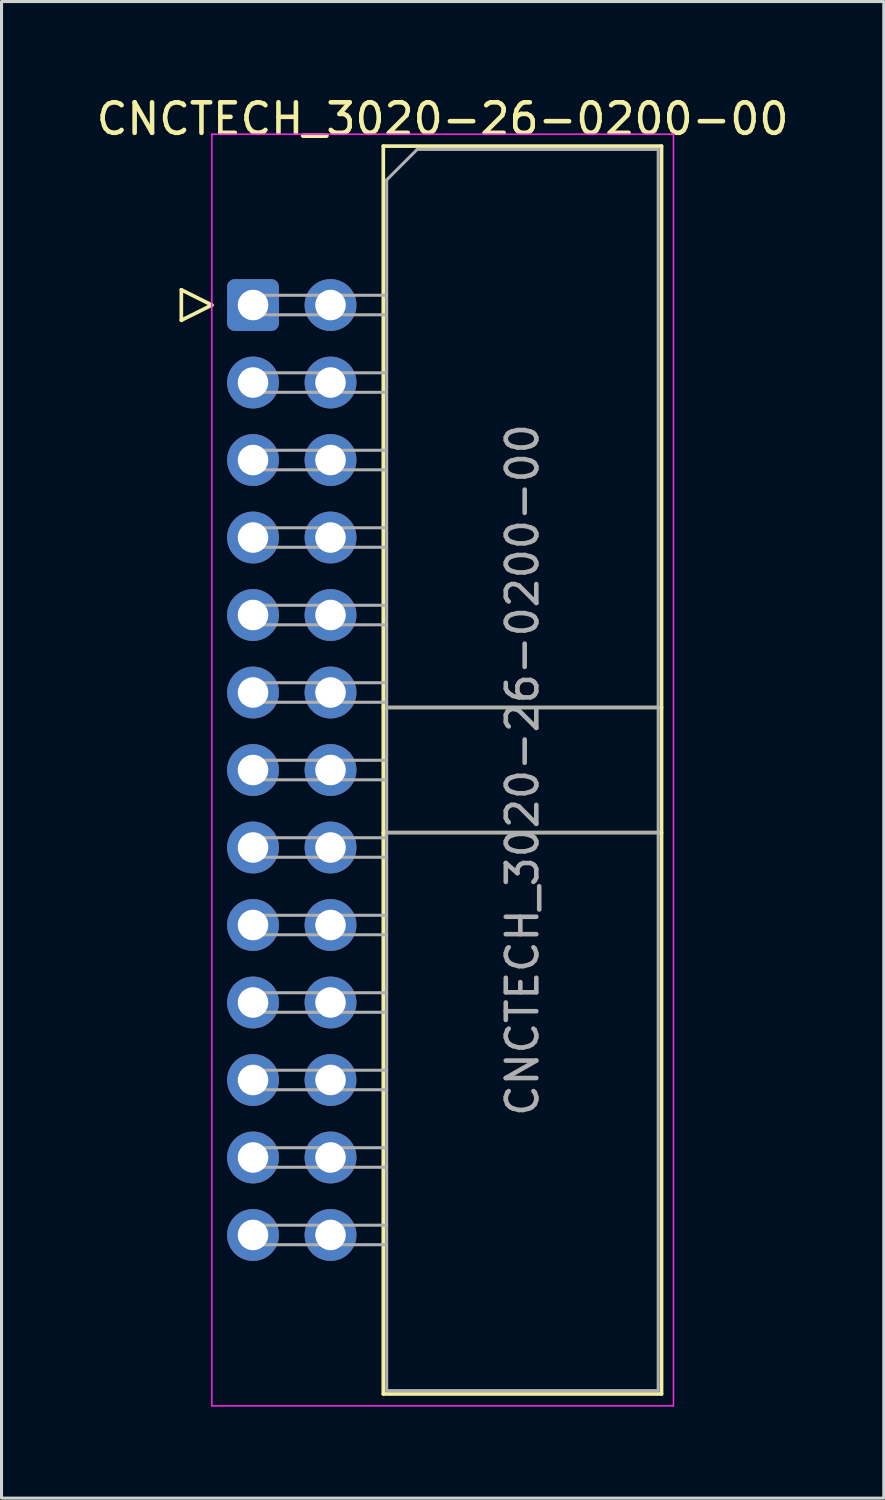
<source format=kicad_pcb>
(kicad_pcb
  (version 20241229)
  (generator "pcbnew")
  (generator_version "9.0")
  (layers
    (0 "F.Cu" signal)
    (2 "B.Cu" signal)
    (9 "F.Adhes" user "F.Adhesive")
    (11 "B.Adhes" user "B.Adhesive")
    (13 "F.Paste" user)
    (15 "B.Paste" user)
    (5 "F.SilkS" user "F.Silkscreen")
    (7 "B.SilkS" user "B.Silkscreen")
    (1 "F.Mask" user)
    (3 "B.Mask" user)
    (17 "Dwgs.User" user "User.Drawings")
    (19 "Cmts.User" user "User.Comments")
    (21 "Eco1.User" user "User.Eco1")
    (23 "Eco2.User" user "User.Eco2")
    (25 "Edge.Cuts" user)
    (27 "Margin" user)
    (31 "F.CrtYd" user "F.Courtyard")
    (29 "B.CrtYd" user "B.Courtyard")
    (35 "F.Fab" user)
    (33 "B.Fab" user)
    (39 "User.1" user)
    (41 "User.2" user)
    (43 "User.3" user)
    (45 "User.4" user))
  (footprint "CNCTECH_3020-26-0200-00"
    (layer "F.Cu")
    (at 5.243 6.948)
    (property "Reference" "CNCTECH_3020-26-0200-00" (at 6.215 -6.1 0) (layer "F.SilkS") (effects (font (size 1 1) (thickness 0.15))))
    (attr through_hole)
    (fp_line (start -2.35 -0.5) (end -2.35 0.5) (stroke (width 0.12) (type solid)) (layer "F.SilkS"))
    (fp_line (start -2.35 0.5) (end -1.35 0) (stroke (width 0.12) (type solid)) (layer "F.SilkS"))
    (fp_line (start -1.35 0) (end -2.35 -0.5) (stroke (width 0.12) (type solid)) (layer "F.SilkS"))
    (fp_line (start 4.27 -5.21) (end 13.39 -5.21) (stroke (width 0.12) (type solid)) (layer "F.SilkS"))
    (fp_line (start 4.27 13.19) (end 13.39 13.19) (stroke (width 0.12) (type solid)) (layer "F.SilkS"))
    (fp_line (start 4.27 17.29) (end 13.39 17.29) (stroke (width 0.12) (type solid)) (layer "F.SilkS"))
    (fp_line (start 4.27 35.69) (end 4.27 -5.21) (stroke (width 0.12) (type solid)) (layer "F.SilkS"))
    (fp_line (start 13.39 -5.21) (end 13.39 35.69) (stroke (width 0.12) (type solid)) (layer "F.SilkS"))
    (fp_line (start 13.39 35.69) (end 4.27 35.69) (stroke (width 0.12) (type solid)) (layer "F.SilkS"))
    (fp_line (start -1.35 -5.6) (end -1.35 36.08) (stroke (width 0.05) (type solid)) (layer "F.CrtYd"))
    (fp_line (start -1.35 36.08) (end 13.78 36.08) (stroke (width 0.05) (type solid)) (layer "F.CrtYd"))
    (fp_line (start 13.78 -5.6) (end -1.35 -5.6) (stroke (width 0.05) (type solid)) (layer "F.CrtYd"))
    (fp_line (start 13.78 36.08) (end 13.78 -5.6) (stroke (width 0.05) (type solid)) (layer "F.CrtYd"))
    (fp_line (start -0.32 -0.32) (end -0.32 0.32) (stroke (width 0.1) (type solid)) (layer "F.Fab"))
    (fp_line (start -0.32 0.32) (end 4.38 0.32) (stroke (width 0.1) (type solid)) (layer "F.Fab"))
    (fp_line (start -0.32 2.22) (end -0.32 2.86) (stroke (width 0.1) (type solid)) (layer "F.Fab"))
    (fp_line (start -0.32 2.86) (end 4.38 2.86) (stroke (width 0.1) (type solid)) (layer "F.Fab"))
    (fp_line (start -0.32 4.76) (end -0.32 5.4) (stroke (width 0.1) (type solid)) (layer "F.Fab"))
    (fp_line (start -0.32 5.4) (end 4.38 5.4) (stroke (width 0.1) (type solid)) (layer "F.Fab"))
    (fp_line (start -0.32 7.3) (end -0.32 7.94) (stroke (width 0.1) (type solid)) (layer "F.Fab"))
    (fp_line (start -0.32 7.94) (end 4.38 7.94) (stroke (width 0.1) (type solid)) (layer "F.Fab"))
    (fp_line (start -0.32 9.84) (end -0.32 10.48) (stroke (width 0.1) (type solid)) (layer "F.Fab"))
    (fp_line (start -0.32 10.48) (end 4.38 10.48) (stroke (width 0.1) (type solid)) (layer "F.Fab"))
    (fp_line (start -0.32 12.38) (end -0.32 13.02) (stroke (width 0.1) (type solid)) (layer "F.Fab"))
    (fp_line (start -0.32 13.02) (end 4.38 13.02) (stroke (width 0.1) (type solid)) (layer "F.Fab"))
    (fp_line (start -0.32 14.92) (end -0.32 15.56) (stroke (width 0.1) (type solid)) (layer "F.Fab"))
    (fp_line (start -0.32 15.56) (end 4.38 15.56) (stroke (width 0.1) (type solid)) (layer "F.Fab"))
    (fp_line (start -0.32 17.46) (end -0.32 18.1) (stroke (width 0.1) (type solid)) (layer "F.Fab"))
    (fp_line (start -0.32 18.1) (end 4.38 18.1) (stroke (width 0.1) (type solid)) (layer "F.Fab"))
    (fp_line (start -0.32 20) (end -0.32 20.64) (stroke (width 0.1) (type solid)) (layer "F.Fab"))
    (fp_line (start -0.32 20.64) (end 4.38 20.64) (stroke (width 0.1) (type solid)) (layer "F.Fab"))
    (fp_line (start -0.32 22.54) (end -0.32 23.18) (stroke (width 0.1) (type solid)) (layer "F.Fab"))
    (fp_line (start -0.32 23.18) (end 4.38 23.18) (stroke (width 0.1) (type solid)) (layer "F.Fab"))
    (fp_line (start -0.32 25.08) (end -0.32 25.72) (stroke (width 0.1) (type solid)) (layer "F.Fab"))
    (fp_line (start -0.32 25.72) (end 4.38 25.72) (stroke (width 0.1) (type solid)) (layer "F.Fab"))
    (fp_line (start -0.32 27.62) (end -0.32 28.26) (stroke (width 0.1) (type solid)) (layer "F.Fab"))
    (fp_line (start -0.32 28.26) (end 4.38 28.26) (stroke (width 0.1) (type solid)) (layer "F.Fab"))
    (fp_line (start -0.32 30.16) (end -0.32 30.8) (stroke (width 0.1) (type solid)) (layer "F.Fab"))
    (fp_line (start -0.32 30.8) (end 4.38 30.8) (stroke (width 0.1) (type solid)) (layer "F.Fab"))
    (fp_line (start 4.38 -4.1) (end 5.38 -5.1) (stroke (width 0.1) (type solid)) (layer "F.Fab"))
    (fp_line (start 4.38 -0.32) (end -0.32 -0.32) (stroke (width 0.1) (type solid)) (layer "F.Fab"))
    (fp_line (start 4.38 2.22) (end -0.32 2.22) (stroke (width 0.1) (type solid)) (layer "F.Fab"))
    (fp_line (start 4.38 4.76) (end -0.32 4.76) (stroke (width 0.1) (type solid)) (layer "F.Fab"))
    (fp_line (start 4.38 7.3) (end -0.32 7.3) (stroke (width 0.1) (type solid)) (layer "F.Fab"))
    (fp_line (start 4.38 9.84) (end -0.32 9.84) (stroke (width 0.1) (type solid)) (layer "F.Fab"))
    (fp_line (start 4.38 12.38) (end -0.32 12.38) (stroke (width 0.1) (type solid)) (layer "F.Fab"))
    (fp_line (start 4.38 13.19) (end 13.28 13.19) (stroke (width 0.1) (type solid)) (layer "F.Fab"))
    (fp_line (start 4.38 14.92) (end -0.32 14.92) (stroke (width 0.1) (type solid)) (layer "F.Fab"))
    (fp_line (start 4.38 17.29) (end 13.28 17.29) (stroke (width 0.1) (type solid)) (layer "F.Fab"))
    (fp_line (start 4.38 17.46) (end -0.32 17.46) (stroke (width 0.1) (type solid)) (layer "F.Fab"))
    (fp_line (start 4.38 20) (end -0.32 20) (stroke (width 0.1) (type solid)) (layer "F.Fab"))
    (fp_line (start 4.38 22.54) (end -0.32 22.54) (stroke (width 0.1) (type solid)) (layer "F.Fab"))
    (fp_line (start 4.38 25.08) (end -0.32 25.08) (stroke (width 0.1) (type solid)) (layer "F.Fab"))
    (fp_line (start 4.38 27.62) (end -0.32 27.62) (stroke (width 0.1) (type solid)) (layer "F.Fab"))
    (fp_line (start 4.38 30.16) (end -0.32 30.16) (stroke (width 0.1) (type solid)) (layer "F.Fab"))
    (fp_line (start 4.38 35.58) (end 4.38 -4.1) (stroke (width 0.1) (type solid)) (layer "F.Fab"))
    (fp_line (start 5.38 -5.1) (end 13.28 -5.1) (stroke (width 0.1) (type solid)) (layer "F.Fab"))
    (fp_line (start 13.28 -5.1) (end 13.28 35.58) (stroke (width 0.1) (type solid)) (layer "F.Fab"))
    (fp_line (start 13.28 35.58) (end 4.38 35.58) (stroke (width 0.1) (type solid)) (layer "F.Fab"))
    (fp_text user "${REFERENCE}" (at 8.83 15.24 90) (layer "F.Fab") (effects (font (size 1 1) (thickness 0.15))))
    (pad "1" thru_hole roundrect (at 0 0) (size 1.7 1.7) (drill 1) (layers "*.Cu" "*.Mask") (roundrect_rratio 0.147))
    (pad "2" thru_hole circle (at 2.54 0) (size 1.7 1.7) (drill 1) (layers "*.Cu" "*.Mask"))
    (pad "3" thru_hole circle (at 0 2.54) (size 1.7 1.7) (drill 1) (layers "*.Cu" "*.Mask"))
    (pad "4" thru_hole circle (at 2.54 2.54) (size 1.7 1.7) (drill 1) (layers "*.Cu" "*.Mask"))
    (pad "5" thru_hole circle (at 0 5.08) (size 1.7 1.7) (drill 1) (layers "*.Cu" "*.Mask"))
    (pad "6" thru_hole circle (at 2.54 5.08) (size 1.7 1.7) (drill 1) (layers "*.Cu" "*.Mask"))
    (pad "7" thru_hole circle (at 0 7.62) (size 1.7 1.7) (drill 1) (layers "*.Cu" "*.Mask"))
    (pad "8" thru_hole circle (at 2.54 7.62) (size 1.7 1.7) (drill 1) (layers "*.Cu" "*.Mask"))
    (pad "9" thru_hole circle (at 0 10.16) (size 1.7 1.7) (drill 1) (layers "*.Cu" "*.Mask"))
    (pad "10" thru_hole circle (at 2.54 10.16) (size 1.7 1.7) (drill 1) (layers "*.Cu" "*.Mask"))
    (pad "11" thru_hole circle (at 0 12.7) (size 1.7 1.7) (drill 1) (layers "*.Cu" "*.Mask"))
    (pad "12" thru_hole circle (at 2.54 12.7) (size 1.7 1.7) (drill 1) (layers "*.Cu" "*.Mask"))
    (pad "13" thru_hole circle (at 0 15.24) (size 1.7 1.7) (drill 1) (layers "*.Cu" "*.Mask"))
    (pad "14" thru_hole circle (at 2.54 15.24) (size 1.7 1.7) (drill 1) (layers "*.Cu" "*.Mask"))
    (pad "15" thru_hole circle (at 0 17.78) (size 1.7 1.7) (drill 1) (layers "*.Cu" "*.Mask"))
    (pad "16" thru_hole circle (at 2.54 17.78) (size 1.7 1.7) (drill 1) (layers "*.Cu" "*.Mask"))
    (pad "17" thru_hole circle (at 0 20.32) (size 1.7 1.7) (drill 1) (layers "*.Cu" "*.Mask"))
    (pad "18" thru_hole circle (at 2.54 20.32) (size 1.7 1.7) (drill 1) (layers "*.Cu" "*.Mask"))
    (pad "19" thru_hole circle (at 0 22.86) (size 1.7 1.7) (drill 1) (layers "*.Cu" "*.Mask"))
    (pad "20" thru_hole circle (at 2.54 22.86) (size 1.7 1.7) (drill 1) (layers "*.Cu" "*.Mask"))
    (pad "21" thru_hole circle (at 0 25.4) (size 1.7 1.7) (drill 1) (layers "*.Cu" "*.Mask"))
    (pad "22" thru_hole circle (at 2.54 25.4) (size 1.7 1.7) (drill 1) (layers "*.Cu" "*.Mask"))
    (pad "23" thru_hole circle (at 0 27.94) (size 1.7 1.7) (drill 1) (layers "*.Cu" "*.Mask"))
    (pad "24" thru_hole circle (at 2.54 27.94) (size 1.7 1.7) (drill 1) (layers "*.Cu" "*.Mask"))
    (pad "25" thru_hole circle (at 0 30.48) (size 1.7 1.7) (drill 1) (layers "*.Cu" "*.Mask"))
    (pad "26" thru_hole circle (at 2.54 30.48) (size 1.7 1.7) (drill 1) (layers "*.Cu" "*.Mask")))
  (gr_rect
    (start -3 -3)
    (end 25.917 46.053)
    (stroke (width 0.1) (type default))
    (fill no)
    (layer "Edge.Cuts")))
</source>
